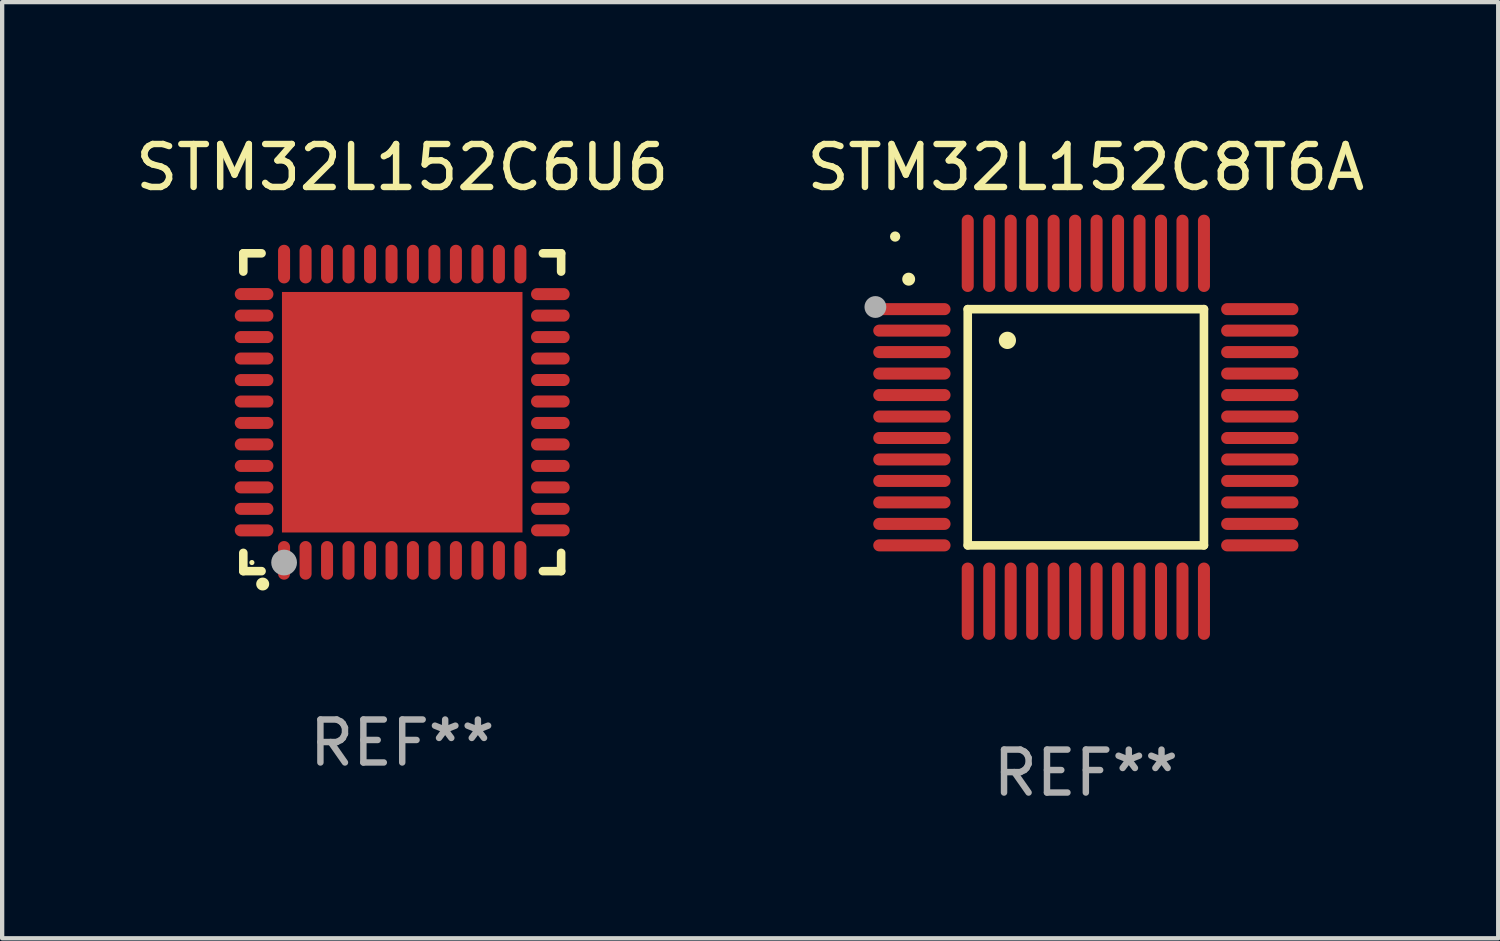
<source format=kicad_pcb>
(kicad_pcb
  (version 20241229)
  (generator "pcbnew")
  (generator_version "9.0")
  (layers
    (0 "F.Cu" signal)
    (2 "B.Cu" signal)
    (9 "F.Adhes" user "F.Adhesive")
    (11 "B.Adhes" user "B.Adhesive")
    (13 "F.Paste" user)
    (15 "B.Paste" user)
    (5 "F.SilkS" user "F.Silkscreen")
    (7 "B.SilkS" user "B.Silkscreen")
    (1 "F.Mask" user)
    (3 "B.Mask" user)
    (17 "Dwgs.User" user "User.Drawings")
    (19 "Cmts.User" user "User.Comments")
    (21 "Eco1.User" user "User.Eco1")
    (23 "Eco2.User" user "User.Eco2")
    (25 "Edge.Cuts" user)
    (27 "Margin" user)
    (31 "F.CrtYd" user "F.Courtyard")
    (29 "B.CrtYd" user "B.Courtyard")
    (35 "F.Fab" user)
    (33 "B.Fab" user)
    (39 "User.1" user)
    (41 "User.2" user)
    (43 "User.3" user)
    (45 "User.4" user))
  (footprint "STM32L152C8T6A"
    (layer "F.Cu")
    (at 22.232 6.898)
    (property "Reference" "STM32L152C8T6A" (at 0 -6.05 0) (layer "F.SilkS") (effects (font (size 1 1) (thickness 0.15))))
    (attr through_hole)
    (fp_line (start -2.75 -2.75) (end 2.75 -2.75) (stroke (width 0.2) (type solid)) (layer "F.SilkS"))
    (fp_line (start -2.75 2.75) (end -2.75 -2.75) (stroke (width 0.2) (type solid)) (layer "F.SilkS"))
    (fp_line (start 2.75 -2.75) (end 2.75 2.75) (stroke (width 0.2) (type solid)) (layer "F.SilkS"))
    (fp_line (start 2.75 2.75) (end -2.75 2.75) (stroke (width 0.2) (type solid)) (layer "F.SilkS"))
    (fp_arc (start -4.124968 -3.446787) (mid -4.124973 -3.448057) (end -4.124968 -3.449327) (stroke (width 0.3) (type solid)) (layer "F.SilkS"))
    (fp_arc (start -1.826264 -2.021844) (mid -1.826268 -2.023114) (end -1.826264 -2.024384) (stroke (width 0.4) (type solid)) (layer "F.SilkS"))
    (fp_circle (center -4.44 -4.44) (end -4.38 -4.44) (stroke (width 0.12) (type solid)) (fill no) (layer "F.SilkS"))
    (fp_circle (center -4.9 -2.8) (end -4.773 -2.8) (stroke (width 0.254) (type solid)) (fill no) (layer "F.Fab"))
    (fp_text user "REF**" (at 0 8.05 0) (layer "F.Fab") (effects (font (size 1 1) (thickness 0.15))))
    (pad "1" smd oval (at -4.05 -2.75 90) (size 0.28 1.8) (layers "F.Cu" "F.Mask" "F.Paste"))
    (pad "2" smd oval (at -4.05 -2.25 90) (size 0.28 1.8) (layers "F.Cu" "F.Mask" "F.Paste"))
    (pad "3" smd oval (at -4.05 -1.75 90) (size 0.28 1.8) (layers "F.Cu" "F.Mask" "F.Paste"))
    (pad "4" smd oval (at -4.05 -1.25 90) (size 0.28 1.8) (layers "F.Cu" "F.Mask" "F.Paste"))
    (pad "5" smd oval (at -4.05 -0.75 90) (size 0.28 1.8) (layers "F.Cu" "F.Mask" "F.Paste"))
    (pad "6" smd oval (at -4.05 -0.25 90) (size 0.28 1.8) (layers "F.Cu" "F.Mask" "F.Paste"))
    (pad "7" smd oval (at -4.05 0.25 90) (size 0.28 1.8) (layers "F.Cu" "F.Mask" "F.Paste"))
    (pad "8" smd oval (at -4.05 0.75 90) (size 0.28 1.8) (layers "F.Cu" "F.Mask" "F.Paste"))
    (pad "9" smd oval (at -4.05 1.25 90) (size 0.28 1.8) (layers "F.Cu" "F.Mask" "F.Paste"))
    (pad "10" smd oval (at -4.05 1.75 90) (size 0.28 1.8) (layers "F.Cu" "F.Mask" "F.Paste"))
    (pad "11" smd oval (at -4.05 2.25 90) (size 0.28 1.8) (layers "F.Cu" "F.Mask" "F.Paste"))
    (pad "12" smd oval (at -4.05 2.75 90) (size 0.28 1.8) (layers "F.Cu" "F.Mask" "F.Paste"))
    (pad "13" smd oval (at -2.75 4.05) (size 0.28 1.8) (layers "F.Cu" "F.Mask" "F.Paste"))
    (pad "14" smd oval (at -2.25 4.05) (size 0.28 1.8) (layers "F.Cu" "F.Mask" "F.Paste"))
    (pad "15" smd oval (at -1.75 4.05) (size 0.28 1.8) (layers "F.Cu" "F.Mask" "F.Paste"))
    (pad "16" smd oval (at -1.25 4.05) (size 0.28 1.8) (layers "F.Cu" "F.Mask" "F.Paste"))
    (pad "17" smd oval (at -0.75 4.05) (size 0.28 1.8) (layers "F.Cu" "F.Mask" "F.Paste"))
    (pad "18" smd oval (at -0.25 4.05) (size 0.28 1.8) (layers "F.Cu" "F.Mask" "F.Paste"))
    (pad "19" smd oval (at 0.25 4.05) (size 0.28 1.8) (layers "F.Cu" "F.Mask" "F.Paste"))
    (pad "20" smd oval (at 0.75 4.05) (size 0.28 1.8) (layers "F.Cu" "F.Mask" "F.Paste"))
    (pad "21" smd oval (at 1.25 4.05) (size 0.28 1.8) (layers "F.Cu" "F.Mask" "F.Paste"))
    (pad "22" smd oval (at 1.75 4.05) (size 0.28 1.8) (layers "F.Cu" "F.Mask" "F.Paste"))
    (pad "23" smd oval (at 2.25 4.05) (size 0.28 1.8) (layers "F.Cu" "F.Mask" "F.Paste"))
    (pad "24" smd oval (at 2.75 4.05) (size 0.28 1.8) (layers "F.Cu" "F.Mask" "F.Paste"))
    (pad "25" smd oval (at 4.05 2.75 90) (size 0.28 1.8) (layers "F.Cu" "F.Mask" "F.Paste"))
    (pad "26" smd oval (at 4.05 2.25 90) (size 0.28 1.8) (layers "F.Cu" "F.Mask" "F.Paste"))
    (pad "27" smd oval (at 4.05 1.75 90) (size 0.28 1.8) (layers "F.Cu" "F.Mask" "F.Paste"))
    (pad "28" smd oval (at 4.05 1.25 90) (size 0.28 1.8) (layers "F.Cu" "F.Mask" "F.Paste"))
    (pad "29" smd oval (at 4.05 0.75 90) (size 0.28 1.8) (layers "F.Cu" "F.Mask" "F.Paste"))
    (pad "30" smd oval (at 4.05 0.25 90) (size 0.28 1.8) (layers "F.Cu" "F.Mask" "F.Paste"))
    (pad "31" smd oval (at 4.05 -0.25 90) (size 0.28 1.8) (layers "F.Cu" "F.Mask" "F.Paste"))
    (pad "32" smd oval (at 4.05 -0.75 90) (size 0.28 1.8) (layers "F.Cu" "F.Mask" "F.Paste"))
    (pad "33" smd oval (at 4.05 -1.25 90) (size 0.28 1.8) (layers "F.Cu" "F.Mask" "F.Paste"))
    (pad "34" smd oval (at 4.05 -1.75 90) (size 0.28 1.8) (layers "F.Cu" "F.Mask" "F.Paste"))
    (pad "35" smd oval (at 4.05 -2.25 90) (size 0.28 1.8) (layers "F.Cu" "F.Mask" "F.Paste"))
    (pad "36" smd oval (at 4.05 -2.75 90) (size 0.28 1.8) (layers "F.Cu" "F.Mask" "F.Paste"))
    (pad "37" smd oval (at 2.75 -4.05) (size 0.28 1.8) (layers "F.Cu" "F.Mask" "F.Paste"))
    (pad "38" smd oval (at 2.25 -4.05) (size 0.28 1.8) (layers "F.Cu" "F.Mask" "F.Paste"))
    (pad "39" smd oval (at 1.75 -4.05) (size 0.28 1.8) (layers "F.Cu" "F.Mask" "F.Paste"))
    (pad "40" smd oval (at 1.25 -4.05) (size 0.28 1.8) (layers "F.Cu" "F.Mask" "F.Paste"))
    (pad "41" smd oval (at 0.75 -4.05) (size 0.28 1.8) (layers "F.Cu" "F.Mask" "F.Paste"))
    (pad "42" smd oval (at 0.25 -4.05) (size 0.28 1.8) (layers "F.Cu" "F.Mask" "F.Paste"))
    (pad "43" smd oval (at -0.25 -4.05) (size 0.28 1.8) (layers "F.Cu" "F.Mask" "F.Paste"))
    (pad "44" smd oval (at -0.75 -4.05) (size 0.28 1.8) (layers "F.Cu" "F.Mask" "F.Paste"))
    (pad "45" smd oval (at -1.25 -4.05) (size 0.28 1.8) (layers "F.Cu" "F.Mask" "F.Paste"))
    (pad "46" smd oval (at -1.75 -4.05) (size 0.28 1.8) (layers "F.Cu" "F.Mask" "F.Paste"))
    (pad "47" smd oval (at -2.25 -4.05) (size 0.28 1.8) (layers "F.Cu" "F.Mask" "F.Paste"))
    (pad "48" smd oval (at -2.75 -4.05) (size 0.28 1.8) (layers "F.Cu" "F.Mask" "F.Paste")))
  (footprint "STM32L152C6U6"
    (layer "F.Cu")
    (at 6.315 6.548)
    (property "Reference" "STM32L152C6U6" (at 0 -5.7 0) (layer "F.SilkS") (effects (font (size 1 1) (thickness 0.15))))
    (attr through_hole)
    (fp_line (start -3.7 -3.7) (end -3.275 -3.7) (stroke (width 0.2) (type solid)) (layer "F.SilkS"))
    (fp_line (start -3.7 -3.275) (end -3.7 -3.7) (stroke (width 0.2) (type solid)) (layer "F.SilkS"))
    (fp_line (start -3.7 3.7) (end -3.7 3.275) (stroke (width 0.2) (type solid)) (layer "F.SilkS"))
    (fp_line (start -3.275 3.7) (end -3.7 3.7) (stroke (width 0.2) (type solid)) (layer "F.SilkS"))
    (fp_line (start 3.7 -3.7) (end 3.275 -3.7) (stroke (width 0.2) (type solid)) (layer "F.SilkS"))
    (fp_line (start 3.7 -3.275) (end 3.7 -3.7) (stroke (width 0.2) (type solid)) (layer "F.SilkS"))
    (fp_line (start 3.7 3.275) (end 3.7 3.7) (stroke (width 0.2) (type solid)) (layer "F.SilkS"))
    (fp_line (start 3.7 3.7) (end 3.275 3.7) (stroke (width 0.2) (type solid)) (layer "F.SilkS"))
    (fp_arc (start -3.249936 3.999975) (mid -3.248666 3.99997) (end -3.247396 3.999975) (stroke (width 0.3) (type solid)) (layer "F.SilkS"))
    (fp_circle (center -3.5 3.5) (end -3.47 3.5) (stroke (width 0.06) (type solid)) (fill no) (layer "F.SilkS"))
    (fp_circle (center -2.75 3.5) (end -2.6 3.5) (stroke (width 0.3) (type solid)) (fill no) (layer "F.Fab"))
    (fp_text user "REF**" (at 0 7.7 0) (layer "F.Fab") (effects (font (size 1 1) (thickness 0.15))))
    (pad "1" smd oval (at -2.751 3.449) (size 0.28 0.9) (layers "F.Cu" "F.Mask" "F.Paste"))
    (pad "2" smd oval (at -2.25 3.449) (size 0.28 0.9) (layers "F.Cu" "F.Mask" "F.Paste"))
    (pad "3" smd oval (at -1.75 3.449) (size 0.28 0.9) (layers "F.Cu" "F.Mask" "F.Paste"))
    (pad "4" smd oval (at -1.25 3.449) (size 0.28 0.9) (layers "F.Cu" "F.Mask" "F.Paste"))
    (pad "5" smd oval (at -0.749 3.449) (size 0.28 0.9) (layers "F.Cu" "F.Mask" "F.Paste"))
    (pad "6" smd oval (at -0.249 3.449) (size 0.28 0.9) (layers "F.Cu" "F.Mask" "F.Paste"))
    (pad "7" smd oval (at 0.249 3.449) (size 0.28 0.9) (layers "F.Cu" "F.Mask" "F.Paste"))
    (pad "8" smd oval (at 0.749 3.449) (size 0.28 0.9) (layers "F.Cu" "F.Mask" "F.Paste"))
    (pad "9" smd oval (at 1.25 3.449) (size 0.28 0.9) (layers "F.Cu" "F.Mask" "F.Paste"))
    (pad "10" smd oval (at 1.75 3.449) (size 0.28 0.9) (layers "F.Cu" "F.Mask" "F.Paste"))
    (pad "11" smd oval (at 2.251 3.449) (size 0.28 0.9) (layers "F.Cu" "F.Mask" "F.Paste"))
    (pad "12" smd oval (at 2.751 3.449) (size 0.28 0.9) (layers "F.Cu" "F.Mask" "F.Paste"))
    (pad "13" smd oval (at 3.449 2.75) (size 0.9 0.28) (layers "F.Cu" "F.Mask" "F.Paste"))
    (pad "14" smd oval (at 3.449 2.25) (size 0.9 0.28) (layers "F.Cu" "F.Mask" "F.Paste"))
    (pad "15" smd oval (at 3.449 1.75) (size 0.9 0.28) (layers "F.Cu" "F.Mask" "F.Paste"))
    (pad "16" smd oval (at 3.449 1.25) (size 0.9 0.28) (layers "F.Cu" "F.Mask" "F.Paste"))
    (pad "17" smd oval (at 3.449 0.75) (size 0.9 0.28) (layers "F.Cu" "F.Mask" "F.Paste"))
    (pad "18" smd oval (at 3.449 0.25) (size 0.9 0.28) (layers "F.Cu" "F.Mask" "F.Paste"))
    (pad "19" smd oval (at 3.449 -0.25) (size 0.9 0.28) (layers "F.Cu" "F.Mask" "F.Paste"))
    (pad "20" smd oval (at 3.449 -0.75) (size 0.9 0.28) (layers "F.Cu" "F.Mask" "F.Paste"))
    (pad "21" smd oval (at 3.449 -1.25) (size 0.9 0.28) (layers "F.Cu" "F.Mask" "F.Paste"))
    (pad "22" smd oval (at 3.449 -1.75) (size 0.9 0.28) (layers "F.Cu" "F.Mask" "F.Paste"))
    (pad "23" smd oval (at 3.449 -2.25) (size 0.9 0.28) (layers "F.Cu" "F.Mask" "F.Paste"))
    (pad "24" smd oval (at 3.449 -2.75) (size 0.9 0.28) (layers "F.Cu" "F.Mask" "F.Paste"))
    (pad "25" smd oval (at 2.751 -3.449) (size 0.28 0.9) (layers "F.Cu" "F.Mask" "F.Paste"))
    (pad "26" smd oval (at 2.251 -3.449) (size 0.28 0.9) (layers "F.Cu" "F.Mask" "F.Paste"))
    (pad "27" smd oval (at 1.75 -3.449) (size 0.28 0.9) (layers "F.Cu" "F.Mask" "F.Paste"))
    (pad "28" smd oval (at 1.25 -3.449) (size 0.28 0.9) (layers "F.Cu" "F.Mask" "F.Paste"))
    (pad "29" smd oval (at 0.749 -3.449) (size 0.28 0.9) (layers "F.Cu" "F.Mask" "F.Paste"))
    (pad "30" smd oval (at 0.249 -3.449) (size 0.28 0.9) (layers "F.Cu" "F.Mask" "F.Paste"))
    (pad "31" smd oval (at -0.249 -3.449) (size 0.28 0.9) (layers "F.Cu" "F.Mask" "F.Paste"))
    (pad "32" smd oval (at -0.749 -3.449) (size 0.28 0.9) (layers "F.Cu" "F.Mask" "F.Paste"))
    (pad "33" smd oval (at -1.25 -3.449) (size 0.28 0.9) (layers "F.Cu" "F.Mask" "F.Paste"))
    (pad "34" smd oval (at -1.75 -3.449) (size 0.28 0.9) (layers "F.Cu" "F.Mask" "F.Paste"))
    (pad "35" smd oval (at -2.25 -3.449) (size 0.28 0.9) (layers "F.Cu" "F.Mask" "F.Paste"))
    (pad "36" smd oval (at -2.751 -3.449) (size 0.28 0.9) (layers "F.Cu" "F.Mask" "F.Paste"))
    (pad "37" smd oval (at -3.449 -2.751) (size 0.9 0.28) (layers "F.Cu" "F.Mask" "F.Paste"))
    (pad "38" smd oval (at -3.449 -2.25) (size 0.9 0.28) (layers "F.Cu" "F.Mask" "F.Paste"))
    (pad "39" smd oval (at -3.449 -1.75) (size 0.9 0.28) (layers "F.Cu" "F.Mask" "F.Paste"))
    (pad "40" smd oval (at -3.449 -1.25) (size 0.9 0.28) (layers "F.Cu" "F.Mask" "F.Paste"))
    (pad "41" smd oval (at -3.449 -0.749) (size 0.9 0.28) (layers "F.Cu" "F.Mask" "F.Paste"))
    (pad "42" smd oval (at -3.449 -0.249) (size 0.9 0.28) (layers "F.Cu" "F.Mask" "F.Paste"))
    (pad "43" smd oval (at -3.449 0.249) (size 0.9 0.28) (layers "F.Cu" "F.Mask" "F.Paste"))
    (pad "44" smd oval (at -3.449 0.749) (size 0.9 0.28) (layers "F.Cu" "F.Mask" "F.Paste"))
    (pad "45" smd oval (at -3.449 1.25) (size 0.9 0.28) (layers "F.Cu" "F.Mask" "F.Paste"))
    (pad "46" smd oval (at -3.449 1.75) (size 0.9 0.28) (layers "F.Cu" "F.Mask" "F.Paste"))
    (pad "47" smd oval (at -3.449 2.25) (size 0.9 0.28) (layers "F.Cu" "F.Mask" "F.Paste"))
    (pad "48" smd oval (at -3.449 2.751) (size 0.9 0.28) (layers "F.Cu" "F.Mask" "F.Paste"))
    (pad "49" smd rect (at 0.000076 -0.000025) (size 5.6 5.6) (layers "F.Cu" "F.Mask" "F.Paste")))
  (gr_rect
    (start -3 -3)
    (end 31.833 18.797)
    (stroke (width 0.1) (type default))
    (fill no)
    (layer "Edge.Cuts")))
</source>
